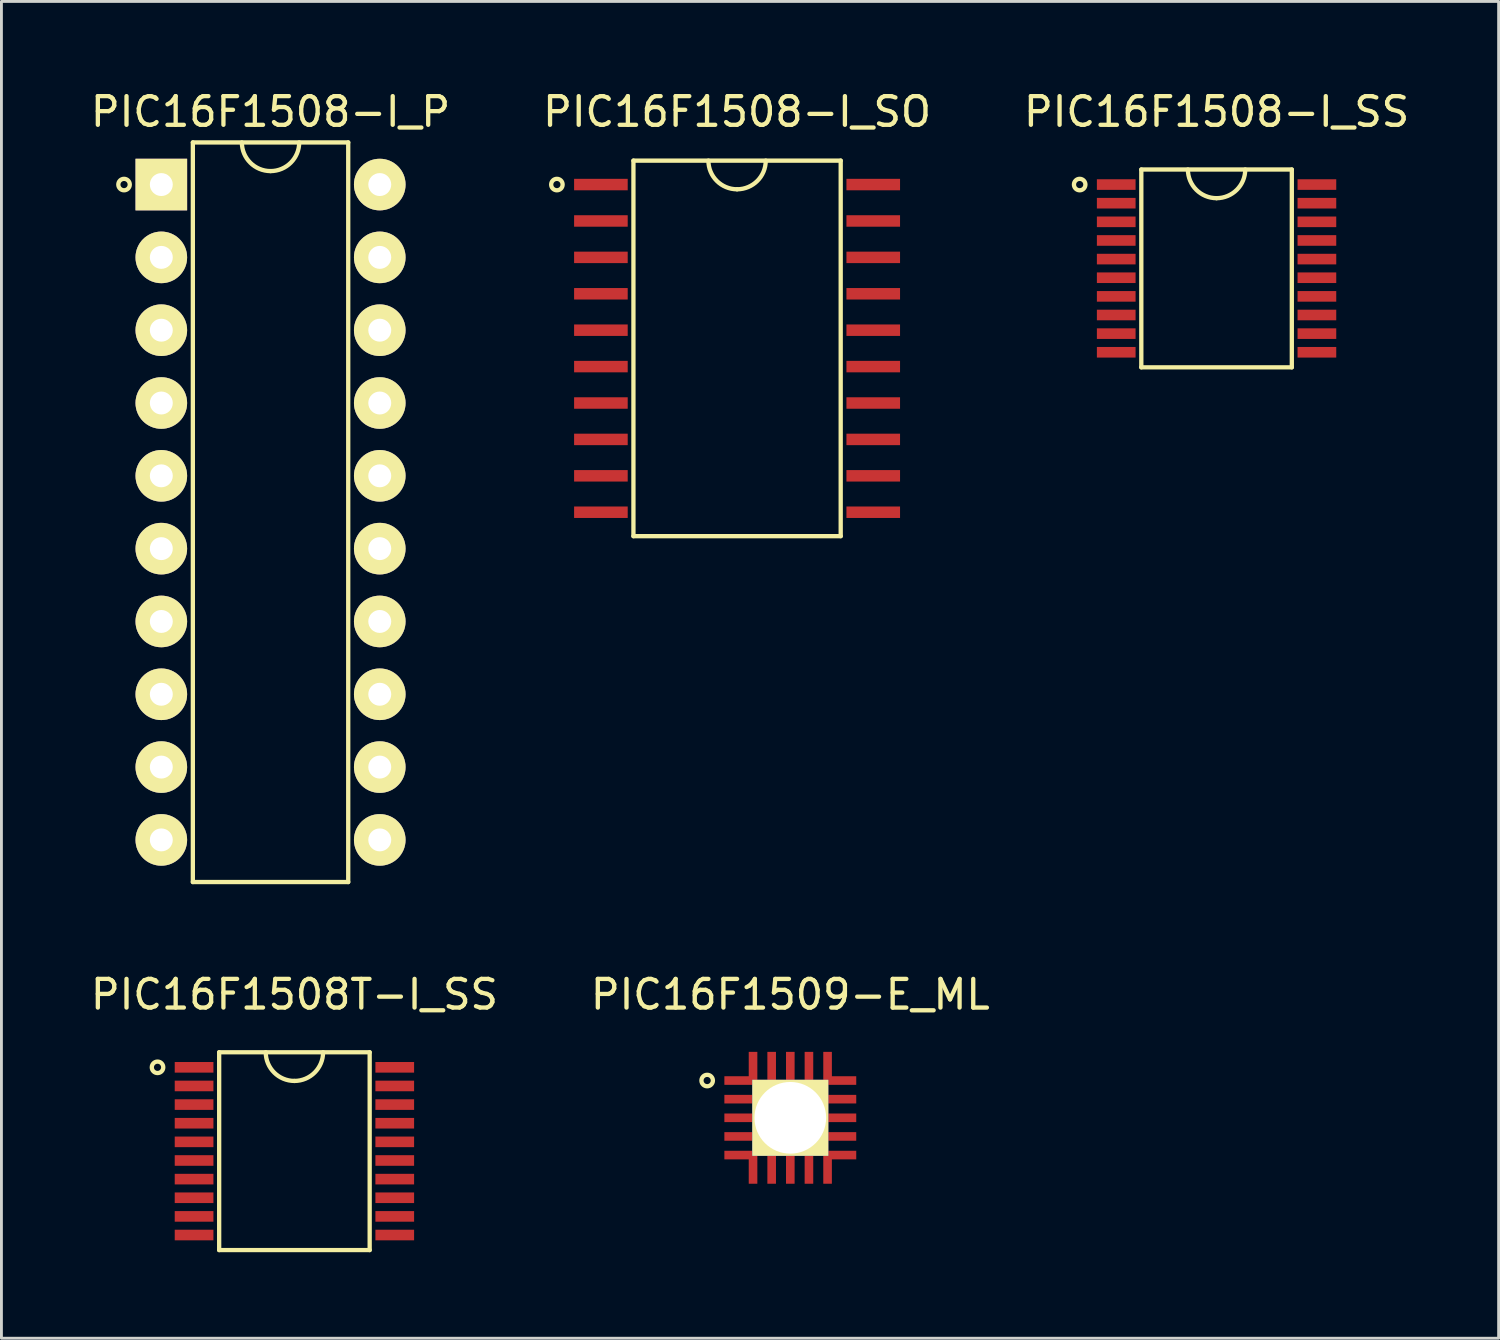
<source format=kicad_pcb>
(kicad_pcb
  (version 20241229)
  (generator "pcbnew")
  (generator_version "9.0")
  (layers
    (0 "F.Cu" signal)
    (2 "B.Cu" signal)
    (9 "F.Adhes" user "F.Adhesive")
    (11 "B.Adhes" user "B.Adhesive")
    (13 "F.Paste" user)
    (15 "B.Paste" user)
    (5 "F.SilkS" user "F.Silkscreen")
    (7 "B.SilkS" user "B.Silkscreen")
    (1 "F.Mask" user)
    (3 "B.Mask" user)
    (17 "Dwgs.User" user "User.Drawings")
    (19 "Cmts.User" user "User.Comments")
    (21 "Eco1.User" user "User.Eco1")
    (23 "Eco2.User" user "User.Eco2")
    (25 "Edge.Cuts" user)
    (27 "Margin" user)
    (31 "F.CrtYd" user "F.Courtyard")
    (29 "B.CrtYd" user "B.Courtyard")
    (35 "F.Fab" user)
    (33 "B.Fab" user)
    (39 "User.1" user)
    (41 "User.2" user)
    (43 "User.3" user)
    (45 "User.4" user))
  (footprint "PIC16F1508T-I_SS"
    (layer "F.Cu")
    (at 3.72 34.181)
    (property "Reference" "PIC16F1508T-I_SS" (at 3.5 -2.54 0) (layer "F.SilkS") (effects (font (size 1 1) (thickness 0.15))))
    (attr through_hole)
    (fp_line (start 0.875 -0.525) (end 6.125 -0.525) (stroke (width 0.15) (type solid)) (layer "F.SilkS"))
    (fp_line (start 0.875 6.375) (end 0.875 -0.525) (stroke (width 0.15) (type solid)) (layer "F.SilkS"))
    (fp_line (start 6.125 -0.525) (end 6.125 6.375) (stroke (width 0.15) (type solid)) (layer "F.SilkS"))
    (fp_line (start 6.125 6.375) (end 0.875 6.375) (stroke (width 0.15) (type solid)) (layer "F.SilkS"))
    (fp_arc (start 3.5 0.475) (mid 2.792893 0.182107) (end 2.5 -0.525) (stroke (width 0.15) (type solid)) (layer "F.SilkS"))
    (fp_arc (start 4.5 -0.525) (mid 4.207107 0.182107) (end 3.5 0.475) (stroke (width 0.15) (type solid)) (layer "F.SilkS"))
    (fp_circle (center -1.275 0) (end -1.275 0.2) (stroke (width 0.15) (type solid)) (fill no) (layer "F.SilkS"))
    (pad "1" smd rect (at 0 0) (size 1.35 0.37) (layers "F.Cu" "F.Mask" "F.Paste"))
    (pad "2" smd rect (at 0 0.65) (size 1.35 0.37) (layers "F.Cu" "F.Mask" "F.Paste"))
    (pad "3" smd rect (at 0 1.3) (size 1.35 0.37) (layers "F.Cu" "F.Mask" "F.Paste"))
    (pad "4" smd rect (at 0 1.95) (size 1.35 0.37) (layers "F.Cu" "F.Mask" "F.Paste"))
    (pad "5" smd rect (at 0 2.6) (size 1.35 0.37) (layers "F.Cu" "F.Mask" "F.Paste"))
    (pad "6" smd rect (at 0 3.25) (size 1.35 0.37) (layers "F.Cu" "F.Mask" "F.Paste"))
    (pad "7" smd rect (at 0 3.9) (size 1.35 0.37) (layers "F.Cu" "F.Mask" "F.Paste"))
    (pad "8" smd rect (at 0 4.55) (size 1.35 0.37) (layers "F.Cu" "F.Mask" "F.Paste"))
    (pad "9" smd rect (at 0 5.2) (size 1.35 0.37) (layers "F.Cu" "F.Mask" "F.Paste"))
    (pad "10" smd rect (at 0 5.85) (size 1.35 0.37) (layers "F.Cu" "F.Mask" "F.Paste"))
    (pad "11" smd rect (at 7 5.85) (size 1.35 0.37) (layers "F.Cu" "F.Mask" "F.Paste"))
    (pad "12" smd rect (at 7 5.2) (size 1.35 0.37) (layers "F.Cu" "F.Mask" "F.Paste"))
    (pad "13" smd rect (at 7 4.55) (size 1.35 0.37) (layers "F.Cu" "F.Mask" "F.Paste"))
    (pad "14" smd rect (at 7 3.9) (size 1.35 0.37) (layers "F.Cu" "F.Mask" "F.Paste"))
    (pad "15" smd rect (at 7 3.25) (size 1.35 0.37) (layers "F.Cu" "F.Mask" "F.Paste"))
    (pad "16" smd rect (at 7 2.6) (size 1.35 0.37) (layers "F.Cu" "F.Mask" "F.Paste"))
    (pad "17" smd rect (at 7 1.95) (size 1.35 0.37) (layers "F.Cu" "F.Mask" "F.Paste"))
    (pad "18" smd rect (at 7 1.3) (size 1.35 0.37) (layers "F.Cu" "F.Mask" "F.Paste"))
    (pad "19" smd rect (at 7 0.65) (size 1.35 0.37) (layers "F.Cu" "F.Mask" "F.Paste"))
    (pad "20" smd rect (at 7 0) (size 1.35 0.37) (layers "F.Cu" "F.Mask" "F.Paste")))
  (footprint "PIC16F1508-I_SO"
    (layer "F.Cu")
    (at 17.911 3.388)
    (property "Reference" "PIC16F1508-I_SO" (at 4.75 -2.54 0) (layer "F.SilkS") (effects (font (size 1 1) (thickness 0.15))))
    (attr through_hole)
    (fp_line (start 1.135 -0.835) (end 8.365 -0.835) (stroke (width 0.15) (type solid)) (layer "F.SilkS"))
    (fp_line (start 1.135 12.265) (end 1.135 -0.835) (stroke (width 0.15) (type solid)) (layer "F.SilkS"))
    (fp_line (start 8.365 -0.835) (end 8.365 12.265) (stroke (width 0.15) (type solid)) (layer "F.SilkS"))
    (fp_line (start 8.365 12.265) (end 1.135 12.265) (stroke (width 0.15) (type solid)) (layer "F.SilkS"))
    (fp_arc (start 4.75 0.165) (mid 4.042893 -0.127893) (end 3.75 -0.835) (stroke (width 0.15) (type solid)) (layer "F.SilkS"))
    (fp_arc (start 5.75 -0.835) (mid 5.457107 -0.127893) (end 4.75 0.165) (stroke (width 0.15) (type solid)) (layer "F.SilkS"))
    (fp_circle (center -1.535 0) (end -1.535 0.2) (stroke (width 0.15) (type solid)) (fill no) (layer "F.SilkS"))
    (pad "1" smd rect (at 0 0) (size 1.87 0.4) (layers "F.Cu" "F.Mask" "F.Paste"))
    (pad "2" smd rect (at 0 1.27) (size 1.87 0.4) (layers "F.Cu" "F.Mask" "F.Paste"))
    (pad "3" smd rect (at 0 2.54) (size 1.87 0.4) (layers "F.Cu" "F.Mask" "F.Paste"))
    (pad "4" smd rect (at 0 3.81) (size 1.87 0.4) (layers "F.Cu" "F.Mask" "F.Paste"))
    (pad "5" smd rect (at 0 5.08) (size 1.87 0.4) (layers "F.Cu" "F.Mask" "F.Paste"))
    (pad "6" smd rect (at 0 6.35) (size 1.87 0.4) (layers "F.Cu" "F.Mask" "F.Paste"))
    (pad "7" smd rect (at 0 7.62) (size 1.87 0.4) (layers "F.Cu" "F.Mask" "F.Paste"))
    (pad "8" smd rect (at 0 8.89) (size 1.87 0.4) (layers "F.Cu" "F.Mask" "F.Paste"))
    (pad "9" smd rect (at 0 10.16) (size 1.87 0.4) (layers "F.Cu" "F.Mask" "F.Paste"))
    (pad "10" smd rect (at 0 11.43) (size 1.87 0.4) (layers "F.Cu" "F.Mask" "F.Paste"))
    (pad "11" smd rect (at 9.5 11.43) (size 1.87 0.4) (layers "F.Cu" "F.Mask" "F.Paste"))
    (pad "12" smd rect (at 9.5 10.16) (size 1.87 0.4) (layers "F.Cu" "F.Mask" "F.Paste"))
    (pad "13" smd rect (at 9.5 8.89) (size 1.87 0.4) (layers "F.Cu" "F.Mask" "F.Paste"))
    (pad "14" smd rect (at 9.5 7.62) (size 1.87 0.4) (layers "F.Cu" "F.Mask" "F.Paste"))
    (pad "15" smd rect (at 9.5 6.35) (size 1.87 0.4) (layers "F.Cu" "F.Mask" "F.Paste"))
    (pad "16" smd rect (at 9.5 5.08) (size 1.87 0.4) (layers "F.Cu" "F.Mask" "F.Paste"))
    (pad "17" smd rect (at 9.5 3.81) (size 1.87 0.4) (layers "F.Cu" "F.Mask" "F.Paste"))
    (pad "18" smd rect (at 9.5 2.54) (size 1.87 0.4) (layers "F.Cu" "F.Mask" "F.Paste"))
    (pad "19" smd rect (at 9.5 1.27) (size 1.87 0.4) (layers "F.Cu" "F.Mask" "F.Paste"))
    (pad "20" smd rect (at 9.5 0) (size 1.87 0.4) (layers "F.Cu" "F.Mask" "F.Paste")))
  (footprint "PIC16F1509-E_ML"
    (layer "F.Cu")
    (at 22.718 34.142)
    (property "Reference" "PIC16F1509-E_ML" (at 1.8 -2.5 0) (layer "F.SilkS") (effects (font (size 1 1) (thickness 0.15))))
    (attr through_hole)
    (fp_line (start 0.7 0.7) (end 0.7 2.9) (stroke (width 0.15) (type solid)) (layer "F.SilkS"))
    (fp_line (start 0.7 0.7) (end 2.9 0.7) (stroke (width 0.15) (type solid)) (layer "F.SilkS"))
    (fp_line (start 0.7 2.9) (end 2.9 2.9) (stroke (width 0.15) (type solid)) (layer "F.SilkS"))
    (fp_line (start 2.9 2.9) (end 2.9 0.7) (stroke (width 0.15) (type solid)) (layer "F.SilkS"))
    (fp_circle (center -1.1 0.5) (end -1.1 0.3) (stroke (width 0.15) (type solid)) (fill no) (layer "F.SilkS"))
    (fp_circle (center 1.7 1.7) (end 1.7 1.2) (stroke (width 0.15) (type solid)) (fill no) (layer "F.SilkS"))
    (pad "1" smd rect (at 0 0.5) (size 1 0.3) (layers "F.Cu" "F.Mask" "F.Paste"))
    (pad "2" smd rect (at 0 1.15) (size 1 0.3) (layers "F.Cu" "F.Mask" "F.Paste"))
    (pad "3" smd rect (at 0 1.8) (size 1 0.3) (layers "F.Cu" "F.Mask" "F.Paste"))
    (pad "4" smd rect (at 0 2.45) (size 1 0.3) (layers "F.Cu" "F.Mask" "F.Paste"))
    (pad "5" smd rect (at 0 3.1) (size 1 0.3) (layers "F.Cu" "F.Mask" "F.Paste"))
    (pad "6" smd rect (at 0.5 3.6) (size 0.3 1) (layers "F.Cu" "F.Mask" "F.Paste"))
    (pad "7" smd rect (at 1.15 3.6) (size 0.3 1) (layers "F.Cu" "F.Mask" "F.Paste"))
    (pad "8" smd rect (at 1.8 3.6) (size 0.3 1) (layers "F.Cu" "F.Mask" "F.Paste"))
    (pad "9" smd rect (at 2.45 3.6) (size 0.3 1) (layers "F.Cu" "F.Mask" "F.Paste"))
    (pad "10" smd rect (at 3.1 3.6) (size 0.3 1) (layers "F.Cu" "F.Mask" "F.Paste"))
    (pad "11" smd rect (at 3.6 3.1) (size 1 0.3) (layers "F.Cu" "F.Mask" "F.Paste"))
    (pad "12" smd rect (at 3.6 2.45) (size 1 0.3) (layers "F.Cu" "F.Mask" "F.Paste"))
    (pad "13" smd rect (at 3.6 1.8) (size 1 0.3) (layers "F.Cu" "F.Mask" "F.Paste"))
    (pad "14" smd rect (at 3.6 1.15) (size 1 0.3) (layers "F.Cu" "F.Mask" "F.Paste"))
    (pad "15" smd rect (at 3.6 0.5) (size 1 0.3) (layers "F.Cu" "F.Mask" "F.Paste"))
    (pad "16" smd rect (at 3.1 0) (size 0.3 1) (layers "F.Cu" "F.Mask" "F.Paste"))
    (pad "17" smd rect (at 2.45 0) (size 0.3 1) (layers "F.Cu" "F.Mask" "F.Paste"))
    (pad "18" smd rect (at 1.8 0) (size 0.3 1) (layers "F.Cu" "F.Mask" "F.Paste"))
    (pad "19" smd rect (at 1.15 0) (size 0.3 1) (layers "F.Cu" "F.Mask" "F.Paste"))
    (pad "20" smd rect (at 0.5 0) (size 0.3 1) (layers "F.Cu" "F.Mask" "F.Paste"))
    (pad "999" thru_hole rect (at 1.8 1.8) (size 2.65 2.65) (drill 2.5) (layers "*.Cu" "*.Mask" "F.SilkS")))
  (footprint "PIC16F1508-I_P"
    (layer "F.Cu")
    (at 2.577 3.388)
    (property "Reference" "PIC16F1508-I_P" (at 3.81 -2.54 0) (layer "F.SilkS") (effects (font (size 1 1) (thickness 0.15))))
    (attr through_hole)
    (fp_line (start 1.1 -1.47) (end 6.52 -1.47) (stroke (width 0.15) (type solid)) (layer "F.SilkS"))
    (fp_line (start 1.1 24.33) (end 1.1 -1.47) (stroke (width 0.15) (type solid)) (layer "F.SilkS"))
    (fp_line (start 6.52 -1.47) (end 6.52 24.33) (stroke (width 0.15) (type solid)) (layer "F.SilkS"))
    (fp_line (start 6.52 24.33) (end 1.1 24.33) (stroke (width 0.15) (type solid)) (layer "F.SilkS"))
    (fp_arc (start 3.81 -0.47) (mid 3.102893 -0.762893) (end 2.81 -1.47) (stroke (width 0.15) (type solid)) (layer "F.SilkS"))
    (fp_arc (start 4.81 -1.47) (mid 4.517107 -0.762893) (end 3.81 -0.47) (stroke (width 0.15) (type solid)) (layer "F.SilkS"))
    (fp_circle (center -1.3 0) (end -1.3 0.2) (stroke (width 0.15) (type solid)) (fill no) (layer "F.SilkS"))
    (pad "1" thru_hole rect (at 0 0) (size 1.8 1.8) (drill 0.8) (layers "*.Cu" "*.Mask" "F.SilkS"))
    (pad "2" thru_hole circle (at 0 2.54) (size 1.8 1.8) (drill 0.8) (layers "*.Cu" "*.Mask" "F.SilkS"))
    (pad "3" thru_hole circle (at 0 5.08) (size 1.8 1.8) (drill 0.8) (layers "*.Cu" "*.Mask" "F.SilkS"))
    (pad "4" thru_hole circle (at 0 7.62) (size 1.8 1.8) (drill 0.8) (layers "*.Cu" "*.Mask" "F.SilkS"))
    (pad "5" thru_hole circle (at 0 10.16) (size 1.8 1.8) (drill 0.8) (layers "*.Cu" "*.Mask" "F.SilkS"))
    (pad "6" thru_hole circle (at 0 12.7) (size 1.8 1.8) (drill 0.8) (layers "*.Cu" "*.Mask" "F.SilkS"))
    (pad "7" thru_hole circle (at 0 15.24) (size 1.8 1.8) (drill 0.8) (layers "*.Cu" "*.Mask" "F.SilkS"))
    (pad "8" thru_hole circle (at 0 17.78) (size 1.8 1.8) (drill 0.8) (layers "*.Cu" "*.Mask" "F.SilkS"))
    (pad "9" thru_hole circle (at 0 20.32) (size 1.8 1.8) (drill 0.8) (layers "*.Cu" "*.Mask" "F.SilkS"))
    (pad "10" thru_hole circle (at 0 22.86) (size 1.8 1.8) (drill 0.8) (layers "*.Cu" "*.Mask" "F.SilkS"))
    (pad "11" thru_hole circle (at 7.62 22.86) (size 1.8 1.8) (drill 0.8) (layers "*.Cu" "*.Mask" "F.SilkS"))
    (pad "12" thru_hole circle (at 7.62 20.32) (size 1.8 1.8) (drill 0.8) (layers "*.Cu" "*.Mask" "F.SilkS"))
    (pad "13" thru_hole circle (at 7.62 17.78) (size 1.8 1.8) (drill 0.8) (layers "*.Cu" "*.Mask" "F.SilkS"))
    (pad "14" thru_hole circle (at 7.62 15.24) (size 1.8 1.8) (drill 0.8) (layers "*.Cu" "*.Mask" "F.SilkS"))
    (pad "15" thru_hole circle (at 7.62 12.7) (size 1.8 1.8) (drill 0.8) (layers "*.Cu" "*.Mask" "F.SilkS"))
    (pad "16" thru_hole circle (at 7.62 10.16) (size 1.8 1.8) (drill 0.8) (layers "*.Cu" "*.Mask" "F.SilkS"))
    (pad "17" thru_hole circle (at 7.62 7.62) (size 1.8 1.8) (drill 0.8) (layers "*.Cu" "*.Mask" "F.SilkS"))
    (pad "18" thru_hole circle (at 7.62 5.08) (size 1.8 1.8) (drill 0.8) (layers "*.Cu" "*.Mask" "F.SilkS"))
    (pad "19" thru_hole circle (at 7.62 2.54) (size 1.8 1.8) (drill 0.8) (layers "*.Cu" "*.Mask" "F.SilkS"))
    (pad "20" thru_hole circle (at 7.62 0) (size 1.8 1.8) (drill 0.8) (layers "*.Cu" "*.Mask" "F.SilkS")))
  (footprint "PIC16F1508-I_SS"
    (layer "F.Cu")
    (at 35.887 3.388)
    (property "Reference" "PIC16F1508-I_SS" (at 3.5 -2.54 0) (layer "F.SilkS") (effects (font (size 1 1) (thickness 0.15))))
    (attr through_hole)
    (fp_line (start 0.875 -0.525) (end 6.125 -0.525) (stroke (width 0.15) (type solid)) (layer "F.SilkS"))
    (fp_line (start 0.875 6.375) (end 0.875 -0.525) (stroke (width 0.15) (type solid)) (layer "F.SilkS"))
    (fp_line (start 6.125 -0.525) (end 6.125 6.375) (stroke (width 0.15) (type solid)) (layer "F.SilkS"))
    (fp_line (start 6.125 6.375) (end 0.875 6.375) (stroke (width 0.15) (type solid)) (layer "F.SilkS"))
    (fp_arc (start 3.5 0.475) (mid 2.792893 0.182107) (end 2.5 -0.525) (stroke (width 0.15) (type solid)) (layer "F.SilkS"))
    (fp_arc (start 4.5 -0.525) (mid 4.207107 0.182107) (end 3.5 0.475) (stroke (width 0.15) (type solid)) (layer "F.SilkS"))
    (fp_circle (center -1.275 0) (end -1.275 0.2) (stroke (width 0.15) (type solid)) (fill no) (layer "F.SilkS"))
    (pad "1" smd rect (at 0 0) (size 1.35 0.37) (layers "F.Cu" "F.Mask" "F.Paste"))
    (pad "2" smd rect (at 0 0.65) (size 1.35 0.37) (layers "F.Cu" "F.Mask" "F.Paste"))
    (pad "3" smd rect (at 0 1.3) (size 1.35 0.37) (layers "F.Cu" "F.Mask" "F.Paste"))
    (pad "4" smd rect (at 0 1.95) (size 1.35 0.37) (layers "F.Cu" "F.Mask" "F.Paste"))
    (pad "5" smd rect (at 0 2.6) (size 1.35 0.37) (layers "F.Cu" "F.Mask" "F.Paste"))
    (pad "6" smd rect (at 0 3.25) (size 1.35 0.37) (layers "F.Cu" "F.Mask" "F.Paste"))
    (pad "7" smd rect (at 0 3.9) (size 1.35 0.37) (layers "F.Cu" "F.Mask" "F.Paste"))
    (pad "8" smd rect (at 0 4.55) (size 1.35 0.37) (layers "F.Cu" "F.Mask" "F.Paste"))
    (pad "9" smd rect (at 0 5.2) (size 1.35 0.37) (layers "F.Cu" "F.Mask" "F.Paste"))
    (pad "10" smd rect (at 0 5.85) (size 1.35 0.37) (layers "F.Cu" "F.Mask" "F.Paste"))
    (pad "11" smd rect (at 7 5.85) (size 1.35 0.37) (layers "F.Cu" "F.Mask" "F.Paste"))
    (pad "12" smd rect (at 7 5.2) (size 1.35 0.37) (layers "F.Cu" "F.Mask" "F.Paste"))
    (pad "13" smd rect (at 7 4.55) (size 1.35 0.37) (layers "F.Cu" "F.Mask" "F.Paste"))
    (pad "14" smd rect (at 7 3.9) (size 1.35 0.37) (layers "F.Cu" "F.Mask" "F.Paste"))
    (pad "15" smd rect (at 7 3.25) (size 1.35 0.37) (layers "F.Cu" "F.Mask" "F.Paste"))
    (pad "16" smd rect (at 7 2.6) (size 1.35 0.37) (layers "F.Cu" "F.Mask" "F.Paste"))
    (pad "17" smd rect (at 7 1.95) (size 1.35 0.37) (layers "F.Cu" "F.Mask" "F.Paste"))
    (pad "18" smd rect (at 7 1.3) (size 1.35 0.37) (layers "F.Cu" "F.Mask" "F.Paste"))
    (pad "19" smd rect (at 7 0.65) (size 1.35 0.37) (layers "F.Cu" "F.Mask" "F.Paste"))
    (pad "20" smd rect (at 7 0) (size 1.35 0.37) (layers "F.Cu" "F.Mask" "F.Paste")))
  (gr_rect
    (start -3 -3)
    (end 49.226 43.632)
    (stroke (width 0.1) (type default))
    (fill no)
    (layer "Edge.Cuts")))
</source>
